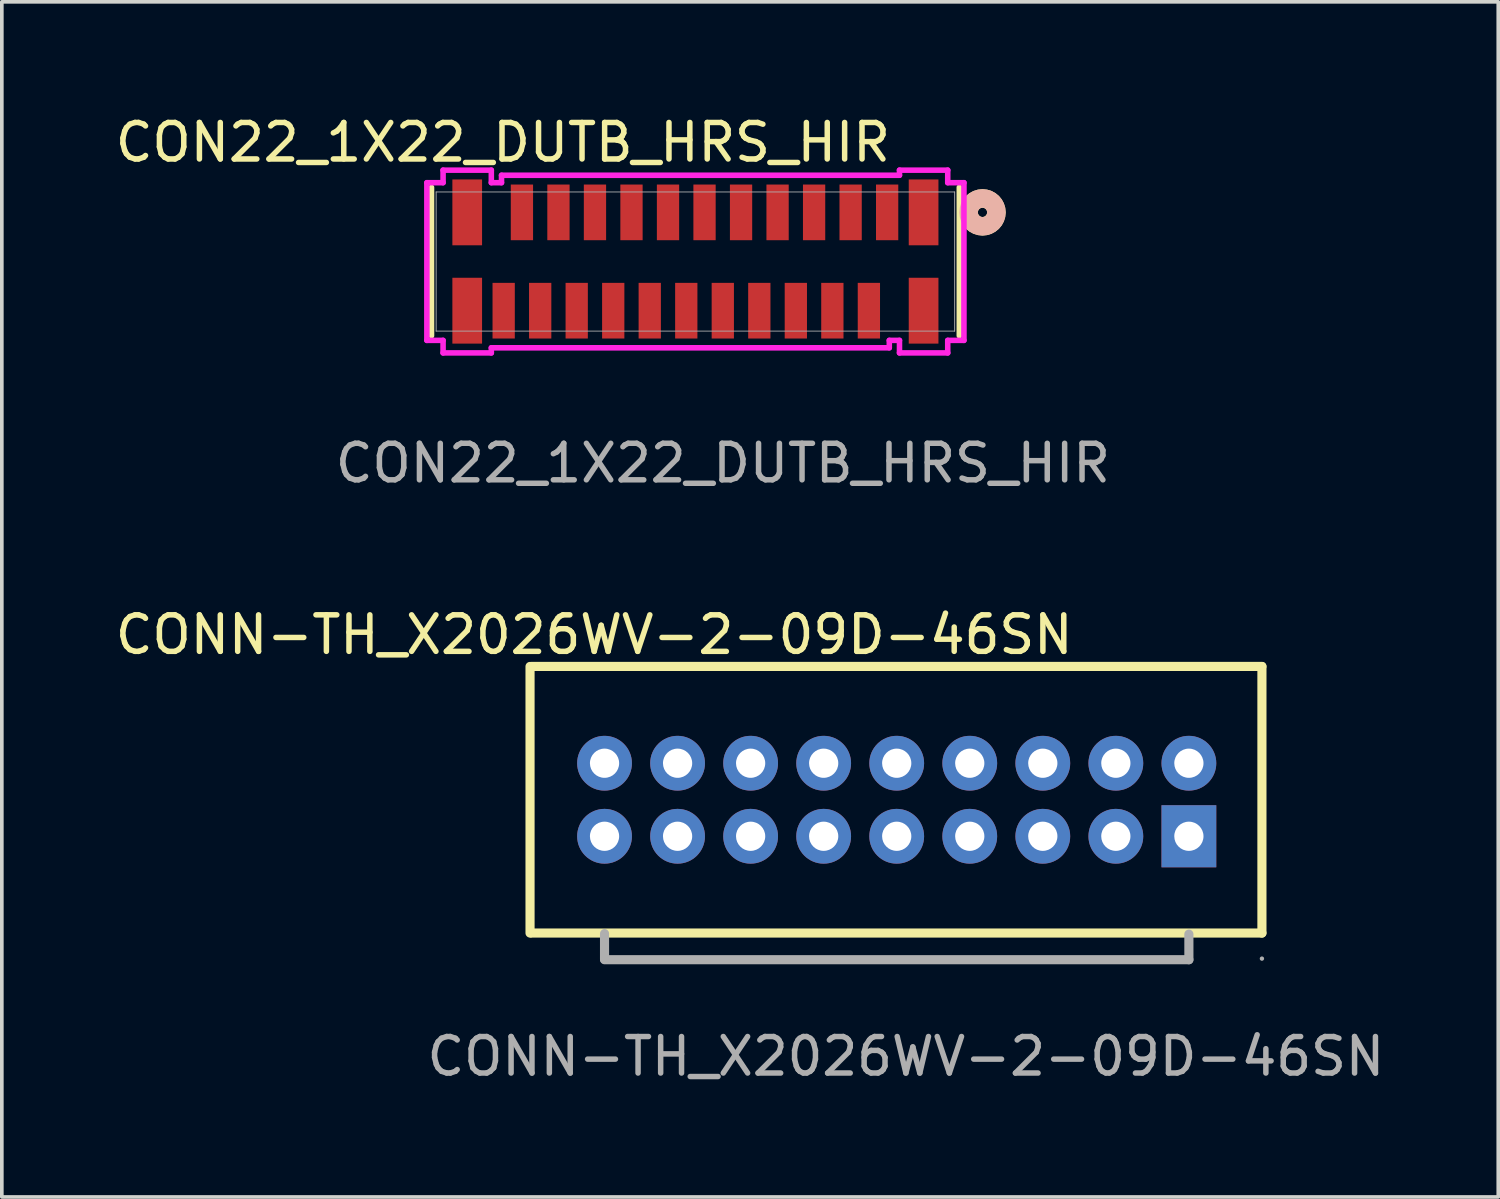
<source format=kicad_pcb>
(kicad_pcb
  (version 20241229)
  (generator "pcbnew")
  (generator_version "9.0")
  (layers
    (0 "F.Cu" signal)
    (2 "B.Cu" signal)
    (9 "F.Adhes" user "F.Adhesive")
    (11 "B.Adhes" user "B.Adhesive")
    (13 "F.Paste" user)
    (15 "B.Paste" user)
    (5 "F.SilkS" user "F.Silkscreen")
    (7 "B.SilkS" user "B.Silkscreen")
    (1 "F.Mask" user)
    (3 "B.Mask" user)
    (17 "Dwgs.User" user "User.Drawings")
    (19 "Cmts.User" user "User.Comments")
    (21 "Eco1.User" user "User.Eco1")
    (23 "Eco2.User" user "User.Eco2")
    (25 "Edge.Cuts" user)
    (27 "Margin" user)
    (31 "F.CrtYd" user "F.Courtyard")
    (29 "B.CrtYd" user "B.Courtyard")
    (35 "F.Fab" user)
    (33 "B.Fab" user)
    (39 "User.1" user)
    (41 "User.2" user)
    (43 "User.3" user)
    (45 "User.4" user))
  (footprint "CONN-TH_X2026WV-2-09D-46SN"
    (layer "F.Cu")
    (at 21.503 18.848)
    (property "Reference" "CONN-TH_X2026WV-2-09D-46SN" (at -8.283 -4.518 0) (layer "F.SilkS") (effects (font (size 1 1) (thickness 0.15))))
    (attr smd)
    (fp_line (start -10.04 -3.65) (end -10.04 3.65) (stroke (width 0.25) (type solid)) (layer "F.SilkS"))
    (fp_line (start -10 -3.65) (end 10 -3.65) (stroke (width 0.25) (type solid)) (layer "F.SilkS"))
    (fp_line (start 10 -3.65) (end 10 3.65) (stroke (width 0.25) (type solid)) (layer "F.SilkS"))
    (fp_line (start 10 3.65) (end -10 3.65) (stroke (width 0.25) (type solid)) (layer "F.SilkS"))
    (fp_line (start -8 3.666) (end -8 4.366) (stroke (width 0.25) (type solid)) (layer "F.Fab"))
    (fp_line (start 8 3.68) (end 8 4.38) (stroke (width 0.25) (type solid)) (layer "F.Fab"))
    (fp_line (start 8 4.38) (end -8 4.38) (stroke (width 0.25) (type solid)) (layer "F.Fab"))
    (fp_circle (center 10 4.35) (end 10.03 4.35) (stroke (width 0.06) (type solid)) (fill no) (layer "F.Fab"))
    (fp_text user "${REFERENCE}" (at 0.251 7.028 0) (layer "F.Fab") (effects (font (size 1 1) (thickness 0.15))))
    (pad "1" thru_hole rect (at 8 1) (size 1.5 1.7) (drill 0.8) (layers "*.Cu" "*.Paste" "*.Mask"))
    (pad "2" thru_hole circle (at 8 -1) (size 1.5 1.5) (drill 0.8) (layers "*.Cu" "*.Paste" "*.Mask"))
    (pad "3" thru_hole circle (at 6 1) (size 1.5 1.5) (drill 0.8) (layers "*.Cu" "*.Paste" "*.Mask"))
    (pad "4" thru_hole circle (at 6 -1) (size 1.5 1.5) (drill 0.8) (layers "*.Cu" "*.Paste" "*.Mask"))
    (pad "5" thru_hole circle (at 4 1) (size 1.5 1.5) (drill 0.8) (layers "*.Cu" "*.Paste" "*.Mask"))
    (pad "6" thru_hole circle (at 4 -1) (size 1.5 1.5) (drill 0.8) (layers "*.Cu" "*.Paste" "*.Mask"))
    (pad "7" thru_hole circle (at 2 1) (size 1.5 1.5) (drill 0.8) (layers "*.Cu" "*.Paste" "*.Mask"))
    (pad "8" thru_hole circle (at 2 -1) (size 1.5 1.5) (drill 0.8) (layers "*.Cu" "*.Paste" "*.Mask"))
    (pad "9" thru_hole circle (at 0 1) (size 1.5 1.5) (drill 0.8) (layers "*.Cu" "*.Paste" "*.Mask"))
    (pad "10" thru_hole circle (at 0 -1) (size 1.5 1.5) (drill 0.8) (layers "*.Cu" "*.Paste" "*.Mask"))
    (pad "11" thru_hole circle (at -2 1) (size 1.5 1.5) (drill 0.8) (layers "*.Cu" "*.Paste" "*.Mask"))
    (pad "12" thru_hole circle (at -2 -1) (size 1.5 1.5) (drill 0.8) (layers "*.Cu" "*.Paste" "*.Mask"))
    (pad "13" thru_hole circle (at -4 1) (size 1.5 1.5) (drill 0.8) (layers "*.Cu" "*.Paste" "*.Mask"))
    (pad "14" thru_hole circle (at -4 -1) (size 1.5 1.5) (drill 0.8) (layers "*.Cu" "*.Paste" "*.Mask"))
    (pad "15" thru_hole circle (at -6 1) (size 1.5 1.5) (drill 0.8) (layers "*.Cu" "*.Paste" "*.Mask"))
    (pad "16" thru_hole circle (at -6 -1) (size 1.5 1.5) (drill 0.8) (layers "*.Cu" "*.Paste" "*.Mask"))
    (pad "17" thru_hole circle (at -8 1) (size 1.5 1.5) (drill 0.8) (layers "*.Cu" "*.Paste" "*.Mask"))
    (pad "18" thru_hole circle (at -8 -1) (size 1.5 1.5) (drill 0.8) (layers "*.Cu" "*.Paste" "*.Mask")))
  (footprint "CON22_1X22_DUTB_HRS_HIR"
    (layer "F.Cu")
    (at 15.991 4.111)
    (property "Reference" "CON22_1X22_DUTB_HRS_HIR" (at -5.271 -3.263 0) (unlocked yes) (layer "F.SilkS") (effects (font (size 1 1) (thickness 0.15))))
    (attr smd)
    (fp_line (start -7.226 -2.032) (end -7.226 2.032) (stroke (width 0.152) (type solid)) (layer "F.SilkS"))
    (fp_line (start 7.226 2.032) (end 7.226 -2.032) (stroke (width 0.152) (type solid)) (layer "F.SilkS"))
    (fp_circle (center 7.861 -1.346) (end 8.242 -1.346) (stroke (width 0.508) (type solid)) (fill no) (layer "F.SilkS"))
    (fp_circle (center 7.861 -1.346) (end 8.242 -1.346) (stroke (width 0.508) (type solid)) (fill no) (layer "B.SilkS"))
    (fp_line (start -7.353 -2.159) (end -7.353 2.159) (stroke (width 0.152) (type solid)) (layer "F.CrtYd"))
    (fp_line (start -7.353 2.159) (end -6.909 2.159) (stroke (width 0.152) (type solid)) (layer "F.CrtYd"))
    (fp_line (start -6.909 -2.502) (end -6.909 -2.159) (stroke (width 0.152) (type solid)) (layer "F.CrtYd"))
    (fp_line (start -6.909 -2.159) (end -7.353 -2.159) (stroke (width 0.152) (type solid)) (layer "F.CrtYd"))
    (fp_line (start -6.909 2.159) (end -6.909 2.502) (stroke (width 0.152) (type solid)) (layer "F.CrtYd"))
    (fp_line (start -6.909 2.502) (end -5.588 2.502) (stroke (width 0.152) (type solid)) (layer "F.CrtYd"))
    (fp_line (start -5.588 -2.502) (end -6.909 -2.502) (stroke (width 0.152) (type solid)) (layer "F.CrtYd"))
    (fp_line (start -5.588 -2.159) (end -5.588 -2.502) (stroke (width 0.152) (type solid)) (layer "F.CrtYd"))
    (fp_line (start -5.588 2.362) (end 5.309 2.362) (stroke (width 0.152) (type solid)) (layer "F.CrtYd"))
    (fp_line (start -5.588 2.502) (end -5.588 2.362) (stroke (width 0.152) (type solid)) (layer "F.CrtYd"))
    (fp_line (start -5.309 -2.362) (end -5.309 -2.159) (stroke (width 0.152) (type solid)) (layer "F.CrtYd"))
    (fp_line (start -5.309 -2.159) (end -5.588 -2.159) (stroke (width 0.152) (type solid)) (layer "F.CrtYd"))
    (fp_line (start 5.309 2.159) (end 5.588 2.159) (stroke (width 0.152) (type solid)) (layer "F.CrtYd"))
    (fp_line (start 5.309 2.362) (end 5.309 2.159) (stroke (width 0.152) (type solid)) (layer "F.CrtYd"))
    (fp_line (start 5.588 -2.502) (end 5.588 -2.362) (stroke (width 0.152) (type solid)) (layer "F.CrtYd"))
    (fp_line (start 5.588 -2.362) (end -5.309 -2.362) (stroke (width 0.152) (type solid)) (layer "F.CrtYd"))
    (fp_line (start 5.588 2.159) (end 5.588 2.502) (stroke (width 0.152) (type solid)) (layer "F.CrtYd"))
    (fp_line (start 5.588 2.502) (end 6.909 2.502) (stroke (width 0.152) (type solid)) (layer "F.CrtYd"))
    (fp_line (start 6.909 -2.502) (end 5.588 -2.502) (stroke (width 0.152) (type solid)) (layer "F.CrtYd"))
    (fp_line (start 6.909 -2.159) (end 6.909 -2.502) (stroke (width 0.152) (type solid)) (layer "F.CrtYd"))
    (fp_line (start 6.909 2.159) (end 7.353 2.159) (stroke (width 0.152) (type solid)) (layer "F.CrtYd"))
    (fp_line (start 6.909 2.502) (end 6.909 2.159) (stroke (width 0.152) (type solid)) (layer "F.CrtYd"))
    (fp_line (start 7.353 -2.159) (end 6.909 -2.159) (stroke (width 0.152) (type solid)) (layer "F.CrtYd"))
    (fp_line (start 7.353 2.159) (end 7.353 -2.159) (stroke (width 0.152) (type solid)) (layer "F.CrtYd"))
    (fp_line (start -7.099 -1.905) (end -7.099 1.905) (stroke (width 0.025) (type solid)) (layer "F.Fab"))
    (fp_line (start -7.099 1.905) (end 7.099 1.905) (stroke (width 0.025) (type solid)) (layer "F.Fab"))
    (fp_line (start 7.099 -1.905) (end -7.099 -1.905) (stroke (width 0.025) (type solid)) (layer "F.Fab"))
    (fp_line (start 7.099 1.905) (end 7.099 -1.905) (stroke (width 0.025) (type solid)) (layer "F.Fab"))
    (fp_text user "${REFERENCE}" (at 0.753 5.522 0) (unlocked yes) (layer "F.Fab") (effects (font (size 1 1) (thickness 0.15))))
    (pad "1" smd rect (at 5.25 -1.346) (size 0.61 1.524) (layers "F.Cu" "F.Mask" "F.Paste"))
    (pad "2" smd rect (at 4.75 1.346) (size 0.61 1.524) (layers "F.Cu" "F.Mask" "F.Paste"))
    (pad "3" smd rect (at 4.25 -1.346) (size 0.61 1.524) (layers "F.Cu" "F.Mask" "F.Paste"))
    (pad "4" smd rect (at 3.75 1.346) (size 0.61 1.524) (layers "F.Cu" "F.Mask" "F.Paste"))
    (pad "5" smd rect (at 3.25 -1.346) (size 0.61 1.524) (layers "F.Cu" "F.Mask" "F.Paste"))
    (pad "6" smd rect (at 2.75 1.346) (size 0.61 1.524) (layers "F.Cu" "F.Mask" "F.Paste"))
    (pad "7" smd rect (at 2.25 -1.346) (size 0.61 1.524) (layers "F.Cu" "F.Mask" "F.Paste"))
    (pad "8" smd rect (at 1.75 1.346) (size 0.61 1.524) (layers "F.Cu" "F.Mask" "F.Paste"))
    (pad "9" smd rect (at 1.25 -1.346) (size 0.61 1.524) (layers "F.Cu" "F.Mask" "F.Paste"))
    (pad "10" smd rect (at 0.75 1.346) (size 0.61 1.524) (layers "F.Cu" "F.Mask" "F.Paste"))
    (pad "11" smd rect (at 0.25 -1.346) (size 0.61 1.524) (layers "F.Cu" "F.Mask" "F.Paste"))
    (pad "12" smd rect (at -0.25 1.346) (size 0.61 1.524) (layers "F.Cu" "F.Mask" "F.Paste"))
    (pad "13" smd rect (at -0.75 -1.346) (size 0.61 1.524) (layers "F.Cu" "F.Mask" "F.Paste"))
    (pad "14" smd rect (at -1.25 1.346) (size 0.61 1.524) (layers "F.Cu" "F.Mask" "F.Paste"))
    (pad "15" smd rect (at -1.75 -1.346) (size 0.61 1.524) (layers "F.Cu" "F.Mask" "F.Paste"))
    (pad "16" smd rect (at -2.25 1.346) (size 0.61 1.524) (layers "F.Cu" "F.Mask" "F.Paste"))
    (pad "17" smd rect (at -2.75 -1.346) (size 0.61 1.524) (layers "F.Cu" "F.Mask" "F.Paste"))
    (pad "18" smd rect (at -3.25 1.346) (size 0.61 1.524) (layers "F.Cu" "F.Mask" "F.Paste"))
    (pad "19" smd rect (at -3.75 -1.346) (size 0.61 1.524) (layers "F.Cu" "F.Mask" "F.Paste"))
    (pad "20" smd rect (at -4.25 1.346) (size 0.61 1.524) (layers "F.Cu" "F.Mask" "F.Paste"))
    (pad "21" smd rect (at -4.75 -1.346) (size 0.61 1.524) (layers "F.Cu" "F.Mask" "F.Paste"))
    (pad "22" smd rect (at -5.25 1.346) (size 0.61 1.524) (layers "F.Cu" "F.Mask" "F.Paste"))
    (pad "23" smd rect (at -6.248 1.346) (size 0.813 1.803) (layers "F.Cu" "F.Mask" "F.Paste"))
    (pad "24" smd rect (at 6.248 1.346) (size 0.813 1.803) (layers "F.Cu" "F.Mask" "F.Paste"))
    (pad "25" smd rect (at -6.248 -1.346) (size 0.813 1.803) (layers "F.Cu" "F.Mask" "F.Paste"))
    (pad "26" smd rect (at 6.248 -1.346) (size 0.813 1.803) (layers "F.Cu" "F.Mask" "F.Paste")))
  (gr_rect
    (start -3 -3)
    (end 37.974 29.724)
    (stroke (width 0.1) (type default))
    (fill no)
    (layer "Edge.Cuts")))
</source>
